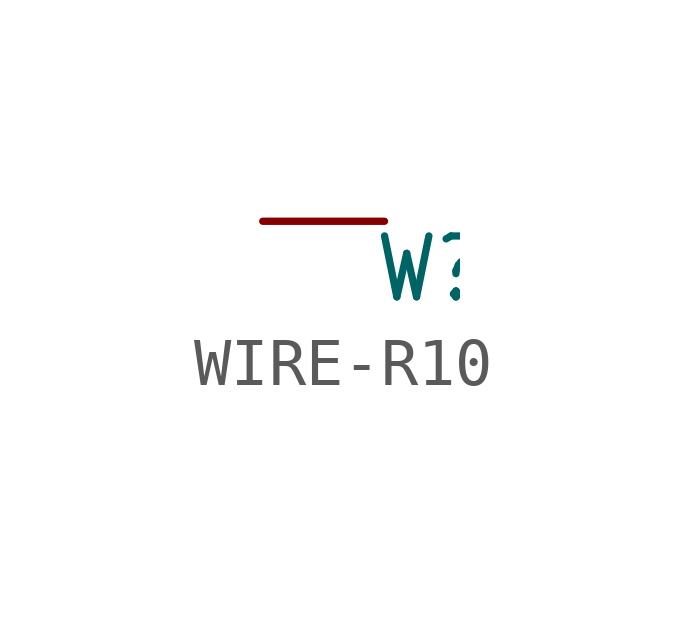
<source format=kicad_sym>
(kicad_symbol_lib
  (version 20211014)
  (generator kicad_symbol_editor)
  (symbol "WIRE-R10"
    (property "Reference" "W"
      (at 2.286 -0.254 0)
      (effects (font (size 1.27 1.079)) (justify left top)))
    (property "ki_locked" ""
      (at 0 0 0)
      (effects (font (size 1.27 1.27))))
    (symbol "WIRE-R10_1_0"
      (pin bidirectional line (at 0 0 0) (length 2.54) (name "P$1" (effects (font (size 0 0)))) (number "P$1" (effects (font (size 0 0))))))))
</source>
